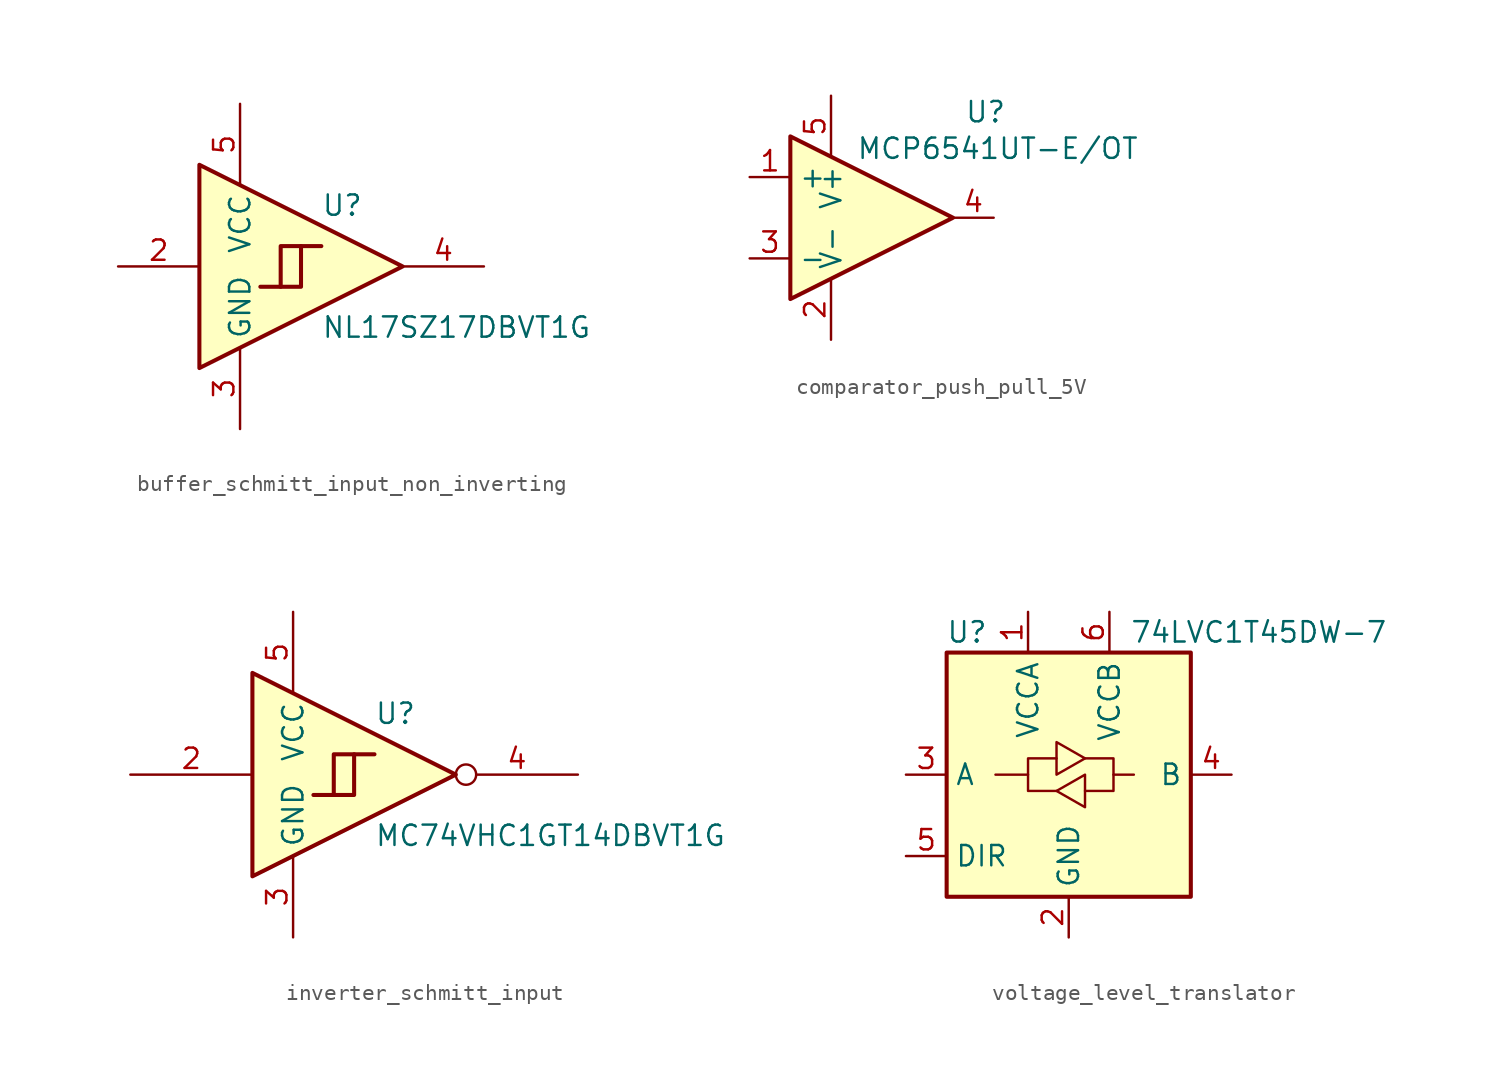
<source format=kicad_sym>
(kicad_symbol_lib
  (version 20241209)
  (generator "kicad_symbol_editor")
  (generator_version "9.0")
  (symbol "buffer_schmitt_input_non_inverting"
    (property "Reference" "U"
      (at 0 3.81 0)
      (effects (font (size 1.27 1.27)) (justify left)))
    (property "Value" "NL17SZ17DBVT1G"
      (at 0 -3.81 0)
      (effects (font (size 1.27 1.27)) (justify left)))
    (symbol "buffer_schmitt_input_non_inverting_0_1"
      (polyline (pts (xy -7.62 6.35) (xy -7.62 -6.35) (xy 5.08 0) (xy -7.62 6.35)) (stroke (width 0.254) (type default)) (fill (type background)))
      (polyline (pts (xy -3.81 -1.27) (xy -2.54 -1.27) (xy -2.54 1.27) (xy -1.27 1.27)) (stroke (width 0.254) (type default)) (fill (type background)))
      (polyline (pts (xy -2.54 -1.27) (xy -1.27 -1.27) (xy -1.27 1.27) (xy 0 1.27)) (stroke (width 0.254) (type default)) (fill (type background))))
    (symbol "buffer_schmitt_input_non_inverting_1_1"
      (pin input line (at -12.7 0 0) (length 5.08) (name "~" (effects (font (size 1.27 1.27)))) (number "2" (effects (font (size 1.27 1.27)))))
      (pin no_connect line (at -7.62 5.08 180) (length 5.08) (hide yes) (name "NC" (effects (font (size 1.27 1.27)))) (number "1" (effects (font (size 1.27 1.27)))))
      (pin power_in line (at -5.08 10.16 270) (length 5.08) (name "VCC" (effects (font (size 1.27 1.27)))) (number "5" (effects (font (size 1.27 1.27)))))
      (pin power_in line (at -5.08 -10.16 90) (length 5.08) (name "GND" (effects (font (size 1.27 1.27)))) (number "3" (effects (font (size 1.27 1.27)))))
      (pin output line (at 10.16 0 180) (length 5.08) (name "~" (effects (font (size 1.27 1.27)))) (number "4" (effects (font (size 1.27 1.27)))))))
  (symbol "comparator_push_pull_5V"
    (property "Reference" "U"
      (at 8.382 6.604 0)
      (effects (font (size 1.27 1.27))))
    (property "Value" "MCP6541UT-E/OT"
      (at 9.144 4.318 0)
      (effects (font (size 1.27 1.27))))
    (symbol "comparator_push_pull_5V_0_1"
      (polyline (pts (xy -3.81 5.08) (xy 6.35 0) (xy -3.81 -5.08) (xy -3.81 5.08)) (stroke (width 0.254) (type default)) (fill (type background))))
    (symbol "comparator_push_pull_5V_1_1"
      (pin input line (at -6.35 2.54 0) (length 2.54) (name "+" (effects (font (size 1.27 1.27)))) (number "1" (effects (font (size 1.27 1.27)))))
      (pin input line (at -6.35 -2.54 0) (length 2.54) (name "-" (effects (font (size 1.27 1.27)))) (number "3" (effects (font (size 1.27 1.27)))))
      (pin power_in line (at -1.27 7.62 270) (length 3.81) (name "V+" (effects (font (size 1.27 1.27)))) (number "5" (effects (font (size 1.27 1.27)))))
      (pin power_in line (at -1.27 -7.62 90) (length 3.81) (name "V-" (effects (font (size 1.27 1.27)))) (number "2" (effects (font (size 1.27 1.27)))))
      (pin output line (at 8.89 0 180) (length 2.54) (name "~" (effects (font (size 1.27 1.27)))) (number "4" (effects (font (size 1.27 1.27)))))))
  (symbol "inverter_schmitt_input"
    (property "Reference" "U"
      (at 0 3.81 0)
      (effects (font (size 1.27 1.27)) (justify left)))
    (property "Value" "MC74VHC1GT14DBVT1G"
      (at 0 -3.81 0)
      (effects (font (size 1.27 1.27)) (justify left)))
    (symbol "inverter_schmitt_input_0_1"
      (polyline (pts (xy -7.62 6.35) (xy -7.62 -6.35) (xy 5.08 0) (xy -7.62 6.35)) (stroke (width 0.254) (type default)) (fill (type background))))
    (symbol "inverter_schmitt_input_1_1"
      (polyline (pts (xy -3.81 -1.27) (xy -1.27 -1.27) (xy -1.27 1.27)) (stroke (width 0.254) (type default)) (fill (type none)))
      (polyline (pts (xy -2.54 -1.27) (xy -2.54 1.27) (xy 0 1.27)) (stroke (width 0.254) (type default)) (fill (type none)))
      (pin input line (at -15.24 0 0) (length 7.62) (name "~" (effects (font (size 1.27 1.27)))) (number "2" (effects (font (size 1.27 1.27)))))
      (pin no_connect line (at -7.62 5.08 180) (length 5.08) (hide yes) (name "NC" (effects (font (size 1.27 1.27)))) (number "1" (effects (font (size 1.27 1.27)))))
      (pin power_in line (at -5.08 10.16 270) (length 5.08) (name "VCC" (effects (font (size 1.27 1.27)))) (number "5" (effects (font (size 1.27 1.27)))))
      (pin power_in line (at -5.08 -10.16 90) (length 5.08) (name "GND" (effects (font (size 1.27 1.27)))) (number "3" (effects (font (size 1.27 1.27)))))
      (pin output inverted (at 12.7 0 180) (length 7.62) (name "~" (effects (font (size 1.27 1.27)))) (number "4" (effects (font (size 1.27 1.27)))))))
  (symbol "voltage_level_translator"
    (property "Reference" "U"
      (at -6.35 8.89 0)
      (effects (font (size 1.27 1.27))))
    (property "Value" "74LVC1T45DW-7"
      (at 3.81 8.89 0)
      (effects (font (size 1.27 1.27)) (justify left)))
    (symbol "voltage_level_translator_0_1"
      (rectangle (start -7.62 7.62) (end 7.62 -7.62) (stroke (width 0.254) (type default)) (fill (type background)))
      (polyline (pts (xy -2.54 0) (xy -2.54 1.016) (xy -0.762 1.016)) (stroke (width 0) (type default)) (fill (type none)))
      (polyline (pts (xy -0.762 0) (xy -0.762 2.032) (xy 1.016 1.016) (xy -0.762 0)) (stroke (width 0) (type default)) (fill (type none)))
      (polyline (pts (xy -0.762 -1.016) (xy -2.54 -1.016) (xy -2.54 0) (xy -4.572 0)) (stroke (width 0) (type default)) (fill (type none)))
      (polyline (pts (xy 1.016 1.016) (xy 2.794 1.016) (xy 2.794 0) (xy 4.064 0)) (stroke (width 0) (type default)) (fill (type none)))
      (polyline (pts (xy 1.016 0) (xy 1.016 -1.778) (xy 1.016 -2.032) (xy -0.762 -1.016) (xy 1.016 0)) (stroke (width 0) (type default)) (fill (type none)))
      (polyline (pts (xy 2.794 0) (xy 2.794 -1.016) (xy 1.016 -1.016)) (stroke (width 0) (type default)) (fill (type none))))
    (symbol "voltage_level_translator_1_1"
      (pin bidirectional line (at -10.16 0 0) (length 2.54) (name "A" (effects (font (size 1.27 1.27)))) (number "3" (effects (font (size 1.27 1.27)))))
      (pin input line (at -10.16 -5.08 0) (length 2.54) (name "DIR" (effects (font (size 1.27 1.27)))) (number "5" (effects (font (size 1.27 1.27)))))
      (pin power_in line (at -2.54 10.16 270) (length 2.54) (name "VCCA" (effects (font (size 1.27 1.27)))) (number "1" (effects (font (size 1.27 1.27)))))
      (pin power_in line (at 0 -10.16 90) (length 2.54) (name "GND" (effects (font (size 1.27 1.27)))) (number "2" (effects (font (size 1.27 1.27)))))
      (pin power_in line (at 2.54 10.16 270) (length 2.54) (name "VCCB" (effects (font (size 1.27 1.27)))) (number "6" (effects (font (size 1.27 1.27)))))
      (pin bidirectional line (at 10.16 0 180) (length 2.54) (name "B" (effects (font (size 1.27 1.27)))) (number "4" (effects (font (size 1.27 1.27))))))))
</source>
